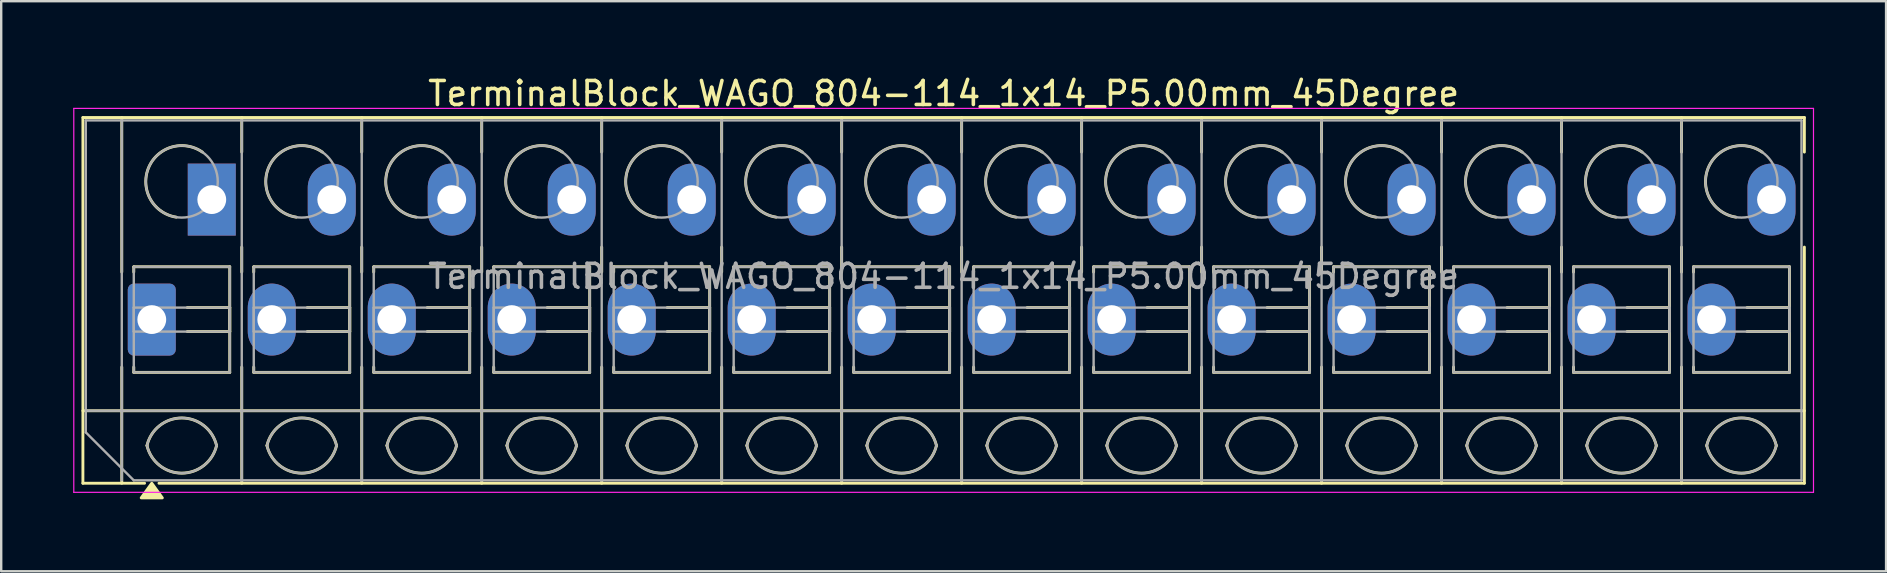
<source format=kicad_pcb>
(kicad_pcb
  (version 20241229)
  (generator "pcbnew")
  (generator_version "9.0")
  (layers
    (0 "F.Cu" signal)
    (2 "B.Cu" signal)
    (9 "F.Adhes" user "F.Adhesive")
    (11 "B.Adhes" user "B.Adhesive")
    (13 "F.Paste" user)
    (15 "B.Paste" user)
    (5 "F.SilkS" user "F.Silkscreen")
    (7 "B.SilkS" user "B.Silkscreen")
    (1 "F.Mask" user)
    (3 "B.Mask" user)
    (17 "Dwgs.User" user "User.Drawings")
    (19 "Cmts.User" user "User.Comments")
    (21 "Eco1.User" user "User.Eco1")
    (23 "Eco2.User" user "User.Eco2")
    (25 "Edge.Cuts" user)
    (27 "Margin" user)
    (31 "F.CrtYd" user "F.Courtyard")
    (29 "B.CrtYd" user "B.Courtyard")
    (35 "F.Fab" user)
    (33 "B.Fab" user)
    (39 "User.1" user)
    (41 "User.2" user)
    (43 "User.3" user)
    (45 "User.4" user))
  (footprint "TerminalBlock_WAGO_804-114_1x14_P5.00mm_45Degree"
    (layer "F.Cu")
    (at 3.275 10.268)
    (property "Reference" "TerminalBlock_WAGO_804-114_1x14_P5.00mm_45Degree" (at 33 -9.42 0) (layer "F.SilkS") (effects (font (size 1 1) (thickness 0.15))))
    (attr through_hole)
    (fp_line (start -2.87 -8.42) (end 68.87 -8.42) (stroke (width 0.12) (type solid)) (layer "F.SilkS"))
    (fp_line (start -2.87 3.8) (end 68.87 3.8) (stroke (width 0.12) (type solid)) (layer "F.SilkS"))
    (fp_line (start -2.87 6.82) (end -2.87 -8.42) (stroke (width 0.12) (type solid)) (layer "F.SilkS"))
    (fp_line (start -1.25 -8.42) (end -1.25 -1.98) (stroke (width 0.12) (type solid)) (layer "F.SilkS"))
    (fp_line (start -1.25 1.98) (end -1.25 6.82) (stroke (width 0.12) (type solid)) (layer "F.SilkS"))
    (fp_line (start -0.75 -2.2) (end 3.25 -2.2) (stroke (width 0.12) (type solid)) (layer "F.SilkS"))
    (fp_line (start -0.75 -1.98) (end -0.75 -2.2) (stroke (width 0.12) (type solid)) (layer "F.SilkS"))
    (fp_line (start -0.75 2.2) (end -0.75 1.98) (stroke (width 0.12) (type solid)) (layer "F.SilkS"))
    (fp_line (start -0.3 6.82) (end -2.87 6.82) (stroke (width 0.12) (type solid)) (layer "F.SilkS"))
    (fp_line (start 1.48 -0.5) (end 3.25 -0.5) (stroke (width 0.12) (type solid)) (layer "F.SilkS"))
    (fp_line (start 3.25 -2.2) (end 3.25 2.2) (stroke (width 0.12) (type solid)) (layer "F.SilkS"))
    (fp_line (start 3.25 -0.5) (end 3.25 0.5) (stroke (width 0.12) (type solid)) (layer "F.SilkS"))
    (fp_line (start 3.25 0.5) (end 1.48 0.5) (stroke (width 0.12) (type solid)) (layer "F.SilkS"))
    (fp_line (start 3.25 2.2) (end -0.75 2.2) (stroke (width 0.12) (type solid)) (layer "F.SilkS"))
    (fp_line (start 3.75 -8.42) (end 3.75 -6.98) (stroke (width 0.12) (type solid)) (layer "F.SilkS"))
    (fp_line (start 3.75 -3.02) (end 3.75 -1.98) (stroke (width 0.12) (type solid)) (layer "F.SilkS"))
    (fp_line (start 3.75 1.98) (end 3.75 6.82) (stroke (width 0.12) (type solid)) (layer "F.SilkS"))
    (fp_line (start 4.25 -2.2) (end 8.25 -2.2) (stroke (width 0.12) (type solid)) (layer "F.SilkS"))
    (fp_line (start 4.25 -1.98) (end 4.25 -2.2) (stroke (width 0.12) (type solid)) (layer "F.SilkS"))
    (fp_line (start 4.25 2.2) (end 4.25 1.98) (stroke (width 0.12) (type solid)) (layer "F.SilkS"))
    (fp_line (start 6.48 -0.5) (end 8.25 -0.5) (stroke (width 0.12) (type solid)) (layer "F.SilkS"))
    (fp_line (start 8.25 -2.2) (end 8.25 2.2) (stroke (width 0.12) (type solid)) (layer "F.SilkS"))
    (fp_line (start 8.25 -0.5) (end 8.25 0.5) (stroke (width 0.12) (type solid)) (layer "F.SilkS"))
    (fp_line (start 8.25 0.5) (end 6.48 0.5) (stroke (width 0.12) (type solid)) (layer "F.SilkS"))
    (fp_line (start 8.25 2.2) (end 4.25 2.2) (stroke (width 0.12) (type solid)) (layer "F.SilkS"))
    (fp_line (start 8.75 -8.42) (end 8.75 -6.98) (stroke (width 0.12) (type solid)) (layer "F.SilkS"))
    (fp_line (start 8.75 -3.02) (end 8.75 -1.98) (stroke (width 0.12) (type solid)) (layer "F.SilkS"))
    (fp_line (start 8.75 1.98) (end 8.75 6.82) (stroke (width 0.12) (type solid)) (layer "F.SilkS"))
    (fp_line (start 9.25 -2.2) (end 13.25 -2.2) (stroke (width 0.12) (type solid)) (layer "F.SilkS"))
    (fp_line (start 9.25 -1.98) (end 9.25 -2.2) (stroke (width 0.12) (type solid)) (layer "F.SilkS"))
    (fp_line (start 9.25 2.2) (end 9.25 1.98) (stroke (width 0.12) (type solid)) (layer "F.SilkS"))
    (fp_line (start 11.48 -0.5) (end 13.25 -0.5) (stroke (width 0.12) (type solid)) (layer "F.SilkS"))
    (fp_line (start 13.25 -2.2) (end 13.25 2.2) (stroke (width 0.12) (type solid)) (layer "F.SilkS"))
    (fp_line (start 13.25 -0.5) (end 13.25 0.5) (stroke (width 0.12) (type solid)) (layer "F.SilkS"))
    (fp_line (start 13.25 0.5) (end 11.48 0.5) (stroke (width 0.12) (type solid)) (layer "F.SilkS"))
    (fp_line (start 13.25 2.2) (end 9.25 2.2) (stroke (width 0.12) (type solid)) (layer "F.SilkS"))
    (fp_line (start 13.75 -8.42) (end 13.75 -6.98) (stroke (width 0.12) (type solid)) (layer "F.SilkS"))
    (fp_line (start 13.75 -3.02) (end 13.75 -1.98) (stroke (width 0.12) (type solid)) (layer "F.SilkS"))
    (fp_line (start 13.75 1.98) (end 13.75 6.82) (stroke (width 0.12) (type solid)) (layer "F.SilkS"))
    (fp_line (start 14.25 -2.2) (end 18.25 -2.2) (stroke (width 0.12) (type solid)) (layer "F.SilkS"))
    (fp_line (start 14.25 -1.98) (end 14.25 -2.2) (stroke (width 0.12) (type solid)) (layer "F.SilkS"))
    (fp_line (start 14.25 2.2) (end 14.25 1.98) (stroke (width 0.12) (type solid)) (layer "F.SilkS"))
    (fp_line (start 16.48 -0.5) (end 18.25 -0.5) (stroke (width 0.12) (type solid)) (layer "F.SilkS"))
    (fp_line (start 18.25 -2.2) (end 18.25 2.2) (stroke (width 0.12) (type solid)) (layer "F.SilkS"))
    (fp_line (start 18.25 -0.5) (end 18.25 0.5) (stroke (width 0.12) (type solid)) (layer "F.SilkS"))
    (fp_line (start 18.25 0.5) (end 16.48 0.5) (stroke (width 0.12) (type solid)) (layer "F.SilkS"))
    (fp_line (start 18.25 2.2) (end 14.25 2.2) (stroke (width 0.12) (type solid)) (layer "F.SilkS"))
    (fp_line (start 18.75 -8.42) (end 18.75 -6.98) (stroke (width 0.12) (type solid)) (layer "F.SilkS"))
    (fp_line (start 18.75 -3.02) (end 18.75 -1.98) (stroke (width 0.12) (type solid)) (layer "F.SilkS"))
    (fp_line (start 18.75 1.98) (end 18.75 6.82) (stroke (width 0.12) (type solid)) (layer "F.SilkS"))
    (fp_line (start 19.25 -2.2) (end 23.25 -2.2) (stroke (width 0.12) (type solid)) (layer "F.SilkS"))
    (fp_line (start 19.25 -1.98) (end 19.25 -2.2) (stroke (width 0.12) (type solid)) (layer "F.SilkS"))
    (fp_line (start 19.25 2.2) (end 19.25 1.98) (stroke (width 0.12) (type solid)) (layer "F.SilkS"))
    (fp_line (start 21.48 -0.5) (end 23.25 -0.5) (stroke (width 0.12) (type solid)) (layer "F.SilkS"))
    (fp_line (start 23.25 -2.2) (end 23.25 2.2) (stroke (width 0.12) (type solid)) (layer "F.SilkS"))
    (fp_line (start 23.25 -0.5) (end 23.25 0.5) (stroke (width 0.12) (type solid)) (layer "F.SilkS"))
    (fp_line (start 23.25 0.5) (end 21.48 0.5) (stroke (width 0.12) (type solid)) (layer "F.SilkS"))
    (fp_line (start 23.25 2.2) (end 19.25 2.2) (stroke (width 0.12) (type solid)) (layer "F.SilkS"))
    (fp_line (start 23.75 -8.42) (end 23.75 -6.98) (stroke (width 0.12) (type solid)) (layer "F.SilkS"))
    (fp_line (start 23.75 -3.02) (end 23.75 -1.98) (stroke (width 0.12) (type solid)) (layer "F.SilkS"))
    (fp_line (start 23.75 1.98) (end 23.75 6.82) (stroke (width 0.12) (type solid)) (layer "F.SilkS"))
    (fp_line (start 24.25 -2.2) (end 28.25 -2.2) (stroke (width 0.12) (type solid)) (layer "F.SilkS"))
    (fp_line (start 24.25 -1.98) (end 24.25 -2.2) (stroke (width 0.12) (type solid)) (layer "F.SilkS"))
    (fp_line (start 24.25 2.2) (end 24.25 1.98) (stroke (width 0.12) (type solid)) (layer "F.SilkS"))
    (fp_line (start 26.48 -0.5) (end 28.25 -0.5) (stroke (width 0.12) (type solid)) (layer "F.SilkS"))
    (fp_line (start 28.25 -2.2) (end 28.25 2.2) (stroke (width 0.12) (type solid)) (layer "F.SilkS"))
    (fp_line (start 28.25 -0.5) (end 28.25 0.5) (stroke (width 0.12) (type solid)) (layer "F.SilkS"))
    (fp_line (start 28.25 0.5) (end 26.48 0.5) (stroke (width 0.12) (type solid)) (layer "F.SilkS"))
    (fp_line (start 28.25 2.2) (end 24.25 2.2) (stroke (width 0.12) (type solid)) (layer "F.SilkS"))
    (fp_line (start 28.75 -8.42) (end 28.75 -6.98) (stroke (width 0.12) (type solid)) (layer "F.SilkS"))
    (fp_line (start 28.75 -3.02) (end 28.75 -1.98) (stroke (width 0.12) (type solid)) (layer "F.SilkS"))
    (fp_line (start 28.75 1.98) (end 28.75 6.82) (stroke (width 0.12) (type solid)) (layer "F.SilkS"))
    (fp_line (start 29.25 -2.2) (end 33.25 -2.2) (stroke (width 0.12) (type solid)) (layer "F.SilkS"))
    (fp_line (start 29.25 -1.98) (end 29.25 -2.2) (stroke (width 0.12) (type solid)) (layer "F.SilkS"))
    (fp_line (start 29.25 2.2) (end 29.25 1.98) (stroke (width 0.12) (type solid)) (layer "F.SilkS"))
    (fp_line (start 31.48 -0.5) (end 33.25 -0.5) (stroke (width 0.12) (type solid)) (layer "F.SilkS"))
    (fp_line (start 33.25 -2.2) (end 33.25 2.2) (stroke (width 0.12) (type solid)) (layer "F.SilkS"))
    (fp_line (start 33.25 -0.5) (end 33.25 0.5) (stroke (width 0.12) (type solid)) (layer "F.SilkS"))
    (fp_line (start 33.25 0.5) (end 31.48 0.5) (stroke (width 0.12) (type solid)) (layer "F.SilkS"))
    (fp_line (start 33.25 2.2) (end 29.25 2.2) (stroke (width 0.12) (type solid)) (layer "F.SilkS"))
    (fp_line (start 33.75 -8.42) (end 33.75 -6.98) (stroke (width 0.12) (type solid)) (layer "F.SilkS"))
    (fp_line (start 33.75 -3.02) (end 33.75 -1.98) (stroke (width 0.12) (type solid)) (layer "F.SilkS"))
    (fp_line (start 33.75 1.98) (end 33.75 6.82) (stroke (width 0.12) (type solid)) (layer "F.SilkS"))
    (fp_line (start 34.25 -2.2) (end 38.25 -2.2) (stroke (width 0.12) (type solid)) (layer "F.SilkS"))
    (fp_line (start 34.25 -1.98) (end 34.25 -2.2) (stroke (width 0.12) (type solid)) (layer "F.SilkS"))
    (fp_line (start 34.25 2.2) (end 34.25 1.98) (stroke (width 0.12) (type solid)) (layer "F.SilkS"))
    (fp_line (start 36.48 -0.5) (end 38.25 -0.5) (stroke (width 0.12) (type solid)) (layer "F.SilkS"))
    (fp_line (start 38.25 -2.2) (end 38.25 2.2) (stroke (width 0.12) (type solid)) (layer "F.SilkS"))
    (fp_line (start 38.25 -0.5) (end 38.25 0.5) (stroke (width 0.12) (type solid)) (layer "F.SilkS"))
    (fp_line (start 38.25 0.5) (end 36.48 0.5) (stroke (width 0.12) (type solid)) (layer "F.SilkS"))
    (fp_line (start 38.25 2.2) (end 34.25 2.2) (stroke (width 0.12) (type solid)) (layer "F.SilkS"))
    (fp_line (start 38.75 -8.42) (end 38.75 -6.98) (stroke (width 0.12) (type solid)) (layer "F.SilkS"))
    (fp_line (start 38.75 -3.02) (end 38.75 -1.98) (stroke (width 0.12) (type solid)) (layer "F.SilkS"))
    (fp_line (start 38.75 1.98) (end 38.75 6.82) (stroke (width 0.12) (type solid)) (layer "F.SilkS"))
    (fp_line (start 39.25 -2.2) (end 43.25 -2.2) (stroke (width 0.12) (type solid)) (layer "F.SilkS"))
    (fp_line (start 39.25 -1.98) (end 39.25 -2.2) (stroke (width 0.12) (type solid)) (layer "F.SilkS"))
    (fp_line (start 39.25 2.2) (end 39.25 1.98) (stroke (width 0.12) (type solid)) (layer "F.SilkS"))
    (fp_line (start 41.48 -0.5) (end 43.25 -0.5) (stroke (width 0.12) (type solid)) (layer "F.SilkS"))
    (fp_line (start 43.25 -2.2) (end 43.25 2.2) (stroke (width 0.12) (type solid)) (layer "F.SilkS"))
    (fp_line (start 43.25 -0.5) (end 43.25 0.5) (stroke (width 0.12) (type solid)) (layer "F.SilkS"))
    (fp_line (start 43.25 0.5) (end 41.48 0.5) (stroke (width 0.12) (type solid)) (layer "F.SilkS"))
    (fp_line (start 43.25 2.2) (end 39.25 2.2) (stroke (width 0.12) (type solid)) (layer "F.SilkS"))
    (fp_line (start 43.75 -8.42) (end 43.75 -6.98) (stroke (width 0.12) (type solid)) (layer "F.SilkS"))
    (fp_line (start 43.75 -3.02) (end 43.75 -1.98) (stroke (width 0.12) (type solid)) (layer "F.SilkS"))
    (fp_line (start 43.75 1.98) (end 43.75 6.82) (stroke (width 0.12) (type solid)) (layer "F.SilkS"))
    (fp_line (start 44.25 -2.2) (end 48.25 -2.2) (stroke (width 0.12) (type solid)) (layer "F.SilkS"))
    (fp_line (start 44.25 -1.98) (end 44.25 -2.2) (stroke (width 0.12) (type solid)) (layer "F.SilkS"))
    (fp_line (start 44.25 2.2) (end 44.25 1.98) (stroke (width 0.12) (type solid)) (layer "F.SilkS"))
    (fp_line (start 46.48 -0.5) (end 48.25 -0.5) (stroke (width 0.12) (type solid)) (layer "F.SilkS"))
    (fp_line (start 48.25 -2.2) (end 48.25 2.2) (stroke (width 0.12) (type solid)) (layer "F.SilkS"))
    (fp_line (start 48.25 -0.5) (end 48.25 0.5) (stroke (width 0.12) (type solid)) (layer "F.SilkS"))
    (fp_line (start 48.25 0.5) (end 46.48 0.5) (stroke (width 0.12) (type solid)) (layer "F.SilkS"))
    (fp_line (start 48.25 2.2) (end 44.25 2.2) (stroke (width 0.12) (type solid)) (layer "F.SilkS"))
    (fp_line (start 48.75 -8.42) (end 48.75 -6.98) (stroke (width 0.12) (type solid)) (layer "F.SilkS"))
    (fp_line (start 48.75 -3.02) (end 48.75 -1.98) (stroke (width 0.12) (type solid)) (layer "F.SilkS"))
    (fp_line (start 48.75 1.98) (end 48.75 6.82) (stroke (width 0.12) (type solid)) (layer "F.SilkS"))
    (fp_line (start 49.25 -2.2) (end 53.25 -2.2) (stroke (width 0.12) (type solid)) (layer "F.SilkS"))
    (fp_line (start 49.25 -1.98) (end 49.25 -2.2) (stroke (width 0.12) (type solid)) (layer "F.SilkS"))
    (fp_line (start 49.25 2.2) (end 49.25 1.98) (stroke (width 0.12) (type solid)) (layer "F.SilkS"))
    (fp_line (start 51.48 -0.5) (end 53.25 -0.5) (stroke (width 0.12) (type solid)) (layer "F.SilkS"))
    (fp_line (start 53.25 -2.2) (end 53.25 2.2) (stroke (width 0.12) (type solid)) (layer "F.SilkS"))
    (fp_line (start 53.25 -0.5) (end 53.25 0.5) (stroke (width 0.12) (type solid)) (layer "F.SilkS"))
    (fp_line (start 53.25 0.5) (end 51.48 0.5) (stroke (width 0.12) (type solid)) (layer "F.SilkS"))
    (fp_line (start 53.25 2.2) (end 49.25 2.2) (stroke (width 0.12) (type solid)) (layer "F.SilkS"))
    (fp_line (start 53.75 -8.42) (end 53.75 -6.98) (stroke (width 0.12) (type solid)) (layer "F.SilkS"))
    (fp_line (start 53.75 -3.02) (end 53.75 -1.98) (stroke (width 0.12) (type solid)) (layer "F.SilkS"))
    (fp_line (start 53.75 1.98) (end 53.75 6.82) (stroke (width 0.12) (type solid)) (layer "F.SilkS"))
    (fp_line (start 54.25 -2.2) (end 58.25 -2.2) (stroke (width 0.12) (type solid)) (layer "F.SilkS"))
    (fp_line (start 54.25 -1.98) (end 54.25 -2.2) (stroke (width 0.12) (type solid)) (layer "F.SilkS"))
    (fp_line (start 54.25 2.2) (end 54.25 1.98) (stroke (width 0.12) (type solid)) (layer "F.SilkS"))
    (fp_line (start 56.48 -0.5) (end 58.25 -0.5) (stroke (width 0.12) (type solid)) (layer "F.SilkS"))
    (fp_line (start 58.25 -2.2) (end 58.25 2.2) (stroke (width 0.12) (type solid)) (layer "F.SilkS"))
    (fp_line (start 58.25 -0.5) (end 58.25 0.5) (stroke (width 0.12) (type solid)) (layer "F.SilkS"))
    (fp_line (start 58.25 0.5) (end 56.48 0.5) (stroke (width 0.12) (type solid)) (layer "F.SilkS"))
    (fp_line (start 58.25 2.2) (end 54.25 2.2) (stroke (width 0.12) (type solid)) (layer "F.SilkS"))
    (fp_line (start 58.75 -8.42) (end 58.75 -6.98) (stroke (width 0.12) (type solid)) (layer "F.SilkS"))
    (fp_line (start 58.75 -3.02) (end 58.75 -1.98) (stroke (width 0.12) (type solid)) (layer "F.SilkS"))
    (fp_line (start 58.75 1.98) (end 58.75 6.82) (stroke (width 0.12) (type solid)) (layer "F.SilkS"))
    (fp_line (start 59.25 -2.2) (end 63.25 -2.2) (stroke (width 0.12) (type solid)) (layer "F.SilkS"))
    (fp_line (start 59.25 -1.98) (end 59.25 -2.2) (stroke (width 0.12) (type solid)) (layer "F.SilkS"))
    (fp_line (start 59.25 2.2) (end 59.25 1.98) (stroke (width 0.12) (type solid)) (layer "F.SilkS"))
    (fp_line (start 61.48 -0.5) (end 63.25 -0.5) (stroke (width 0.12) (type solid)) (layer "F.SilkS"))
    (fp_line (start 63.25 -2.2) (end 63.25 2.2) (stroke (width 0.12) (type solid)) (layer "F.SilkS"))
    (fp_line (start 63.25 -0.5) (end 63.25 0.5) (stroke (width 0.12) (type solid)) (layer "F.SilkS"))
    (fp_line (start 63.25 0.5) (end 61.48 0.5) (stroke (width 0.12) (type solid)) (layer "F.SilkS"))
    (fp_line (start 63.25 2.2) (end 59.25 2.2) (stroke (width 0.12) (type solid)) (layer "F.SilkS"))
    (fp_line (start 63.75 -8.42) (end 63.75 -6.98) (stroke (width 0.12) (type solid)) (layer "F.SilkS"))
    (fp_line (start 63.75 -3.02) (end 63.75 -1.98) (stroke (width 0.12) (type solid)) (layer "F.SilkS"))
    (fp_line (start 63.75 1.98) (end 63.75 6.82) (stroke (width 0.12) (type solid)) (layer "F.SilkS"))
    (fp_line (start 64.25 -2.2) (end 68.25 -2.2) (stroke (width 0.12) (type solid)) (layer "F.SilkS"))
    (fp_line (start 64.25 -1.98) (end 64.25 -2.2) (stroke (width 0.12) (type solid)) (layer "F.SilkS"))
    (fp_line (start 64.25 2.2) (end 64.25 1.98) (stroke (width 0.12) (type solid)) (layer "F.SilkS"))
    (fp_line (start 66.48 -0.5) (end 68.25 -0.5) (stroke (width 0.12) (type solid)) (layer "F.SilkS"))
    (fp_line (start 68.25 -2.2) (end 68.25 2.2) (stroke (width 0.12) (type solid)) (layer "F.SilkS"))
    (fp_line (start 68.25 -0.5) (end 68.25 0.5) (stroke (width 0.12) (type solid)) (layer "F.SilkS"))
    (fp_line (start 68.25 0.5) (end 66.48 0.5) (stroke (width 0.12) (type solid)) (layer "F.SilkS"))
    (fp_line (start 68.25 2.2) (end 64.25 2.2) (stroke (width 0.12) (type solid)) (layer "F.SilkS"))
    (fp_line (start 68.87 -8.42) (end 68.87 -6.98) (stroke (width 0.12) (type solid)) (layer "F.SilkS"))
    (fp_line (start 68.87 -3.02) (end 68.87 6.82) (stroke (width 0.12) (type solid)) (layer "F.SilkS"))
    (fp_line (start 68.87 6.82) (end 0.3 6.82) (stroke (width 0.12) (type solid)) (layer "F.SilkS"))
    (fp_arc (start -0.2 5.25) (mid 1.25 4.1) (end 2.7 5.25) (stroke (width 0.12) (type solid)) (layer "F.SilkS"))
    (fp_arc (start 1.02 -4.268) (mid -0.141916 -6.309209) (end 2.109 -6.98) (stroke (width 0.12) (type solid)) (layer "F.SilkS"))
    (fp_arc (start 2.7 5.25) (mid 1.25 6.4) (end -0.2 5.25) (stroke (width 0.12) (type solid)) (layer "F.SilkS"))
    (fp_arc (start 4.8 5.25) (mid 6.25 4.1) (end 7.7 5.25) (stroke (width 0.12) (type solid)) (layer "F.SilkS"))
    (fp_arc (start 6.02 -4.268) (mid 4.858084 -6.309209) (end 7.109 -6.98) (stroke (width 0.12) (type solid)) (layer "F.SilkS"))
    (fp_arc (start 7.7 5.25) (mid 6.25 6.4) (end 4.8 5.25) (stroke (width 0.12) (type solid)) (layer "F.SilkS"))
    (fp_arc (start 9.8 5.25) (mid 11.25 4.1) (end 12.7 5.25) (stroke (width 0.12) (type solid)) (layer "F.SilkS"))
    (fp_arc (start 11.02 -4.268) (mid 9.858084 -6.309209) (end 12.109 -6.98) (stroke (width 0.12) (type solid)) (layer "F.SilkS"))
    (fp_arc (start 12.7 5.25) (mid 11.25 6.4) (end 9.8 5.25) (stroke (width 0.12) (type solid)) (layer "F.SilkS"))
    (fp_arc (start 14.8 5.25) (mid 16.25 4.1) (end 17.7 5.25) (stroke (width 0.12) (type solid)) (layer "F.SilkS"))
    (fp_arc (start 16.02 -4.268) (mid 14.858084 -6.309209) (end 17.109 -6.98) (stroke (width 0.12) (type solid)) (layer "F.SilkS"))
    (fp_arc (start 17.7 5.25) (mid 16.25 6.4) (end 14.8 5.25) (stroke (width 0.12) (type solid)) (layer "F.SilkS"))
    (fp_arc (start 19.8 5.25) (mid 21.25 4.1) (end 22.7 5.25) (stroke (width 0.12) (type solid)) (layer "F.SilkS"))
    (fp_arc (start 21.02 -4.268) (mid 19.858084 -6.309209) (end 22.109 -6.98) (stroke (width 0.12) (type solid)) (layer "F.SilkS"))
    (fp_arc (start 22.7 5.25) (mid 21.25 6.4) (end 19.8 5.25) (stroke (width 0.12) (type solid)) (layer "F.SilkS"))
    (fp_arc (start 24.8 5.25) (mid 26.25 4.1) (end 27.7 5.25) (stroke (width 0.12) (type solid)) (layer "F.SilkS"))
    (fp_arc (start 26.02 -4.268) (mid 24.858084 -6.309209) (end 27.109 -6.98) (stroke (width 0.12) (type solid)) (layer "F.SilkS"))
    (fp_arc (start 27.7 5.25) (mid 26.25 6.4) (end 24.8 5.25) (stroke (width 0.12) (type solid)) (layer "F.SilkS"))
    (fp_arc (start 29.8 5.25) (mid 31.25 4.1) (end 32.7 5.25) (stroke (width 0.12) (type solid)) (layer "F.SilkS"))
    (fp_arc (start 31.02 -4.268) (mid 29.858084 -6.309209) (end 32.109 -6.98) (stroke (width 0.12) (type solid)) (layer "F.SilkS"))
    (fp_arc (start 32.7 5.25) (mid 31.25 6.4) (end 29.8 5.25) (stroke (width 0.12) (type solid)) (layer "F.SilkS"))
    (fp_arc (start 34.8 5.25) (mid 36.25 4.1) (end 37.7 5.25) (stroke (width 0.12) (type solid)) (layer "F.SilkS"))
    (fp_arc (start 36.02 -4.268) (mid 34.858084 -6.309209) (end 37.109 -6.98) (stroke (width 0.12) (type solid)) (layer "F.SilkS"))
    (fp_arc (start 37.7 5.25) (mid 36.25 6.4) (end 34.8 5.25) (stroke (width 0.12) (type solid)) (layer "F.SilkS"))
    (fp_arc (start 39.8 5.25) (mid 41.25 4.1) (end 42.7 5.25) (stroke (width 0.12) (type solid)) (layer "F.SilkS"))
    (fp_arc (start 41.02 -4.268) (mid 39.858084 -6.309209) (end 42.109 -6.98) (stroke (width 0.12) (type solid)) (layer "F.SilkS"))
    (fp_arc (start 42.7 5.25) (mid 41.25 6.4) (end 39.8 5.25) (stroke (width 0.12) (type solid)) (layer "F.SilkS"))
    (fp_arc (start 44.8 5.25) (mid 46.25 4.1) (end 47.7 5.25) (stroke (width 0.12) (type solid)) (layer "F.SilkS"))
    (fp_arc (start 46.02 -4.268) (mid 44.858084 -6.309209) (end 47.109 -6.98) (stroke (width 0.12) (type solid)) (layer "F.SilkS"))
    (fp_arc (start 47.7 5.25) (mid 46.25 6.4) (end 44.8 5.25) (stroke (width 0.12) (type solid)) (layer "F.SilkS"))
    (fp_arc (start 49.8 5.25) (mid 51.25 4.1) (end 52.7 5.25) (stroke (width 0.12) (type solid)) (layer "F.SilkS"))
    (fp_arc (start 51.02 -4.268) (mid 49.858084 -6.309209) (end 52.109 -6.98) (stroke (width 0.12) (type solid)) (layer "F.SilkS"))
    (fp_arc (start 52.7 5.25) (mid 51.25 6.4) (end 49.8 5.25) (stroke (width 0.12) (type solid)) (layer "F.SilkS"))
    (fp_arc (start 54.8 5.25) (mid 56.25 4.1) (end 57.7 5.25) (stroke (width 0.12) (type solid)) (layer "F.SilkS"))
    (fp_arc (start 56.02 -4.268) (mid 54.858084 -6.309209) (end 57.109 -6.98) (stroke (width 0.12) (type solid)) (layer "F.SilkS"))
    (fp_arc (start 57.7 5.25) (mid 56.25 6.4) (end 54.8 5.25) (stroke (width 0.12) (type solid)) (layer "F.SilkS"))
    (fp_arc (start 59.8 5.25) (mid 61.25 4.1) (end 62.7 5.25) (stroke (width 0.12) (type solid)) (layer "F.SilkS"))
    (fp_arc (start 61.02 -4.268) (mid 59.858084 -6.309209) (end 62.109 -6.98) (stroke (width 0.12) (type solid)) (layer "F.SilkS"))
    (fp_arc (start 62.7 5.25) (mid 61.25 6.4) (end 59.8 5.25) (stroke (width 0.12) (type solid)) (layer "F.SilkS"))
    (fp_arc (start 64.8 5.25) (mid 66.25 4.1) (end 67.7 5.25) (stroke (width 0.12) (type solid)) (layer "F.SilkS"))
    (fp_arc (start 66.02 -4.268) (mid 64.858084 -6.309209) (end 67.109 -6.98) (stroke (width 0.12) (type solid)) (layer "F.SilkS"))
    (fp_arc (start 67.7 5.25) (mid 66.25 6.4) (end 64.8 5.25) (stroke (width 0.12) (type solid)) (layer "F.SilkS"))
    (fp_poly (pts (xy 0 6.82) (xy 0.44 7.43) (xy -0.44 7.43)) (stroke (width 0.12) (type solid)) (fill yes) (layer "F.SilkS"))
    (fp_line (start -3.25 -8.8) (end -3.25 7.2) (stroke (width 0.05) (type solid)) (layer "F.CrtYd"))
    (fp_line (start -3.25 7.2) (end 69.25 7.2) (stroke (width 0.05) (type solid)) (layer "F.CrtYd"))
    (fp_line (start 69.25 -8.8) (end -3.25 -8.8) (stroke (width 0.05) (type solid)) (layer "F.CrtYd"))
    (fp_line (start 69.25 7.2) (end 69.25 -8.8) (stroke (width 0.05) (type solid)) (layer "F.CrtYd"))
    (fp_line (start -2.75 -8.3) (end 68.75 -8.3) (stroke (width 0.1) (type solid)) (layer "F.Fab"))
    (fp_line (start -2.75 3.8) (end 68.75 3.8) (stroke (width 0.1) (type solid)) (layer "F.Fab"))
    (fp_line (start -2.75 4.7) (end -2.75 -8.3) (stroke (width 0.1) (type solid)) (layer "F.Fab"))
    (fp_line (start -1.25 -8.3) (end -1.25 6.7) (stroke (width 0.1) (type solid)) (layer "F.Fab"))
    (fp_line (start -0.75 -2.2) (end -0.75 2.2) (stroke (width 0.1) (type solid)) (layer "F.Fab"))
    (fp_line (start -0.75 -0.5) (end -0.75 0.5) (stroke (width 0.1) (type solid)) (layer "F.Fab"))
    (fp_line (start -0.75 0.5) (end 3.25 0.5) (stroke (width 0.1) (type solid)) (layer "F.Fab"))
    (fp_line (start -0.75 2.2) (end 3.25 2.2) (stroke (width 0.1) (type solid)) (layer "F.Fab"))
    (fp_line (start -0.75 6.7) (end -2.75 4.7) (stroke (width 0.1) (type solid)) (layer "F.Fab"))
    (fp_line (start 3.25 -2.2) (end -0.75 -2.2) (stroke (width 0.1) (type solid)) (layer "F.Fab"))
    (fp_line (start 3.25 -0.5) (end -0.75 -0.5) (stroke (width 0.1) (type solid)) (layer "F.Fab"))
    (fp_line (start 3.25 0.5) (end 3.25 -0.5) (stroke (width 0.1) (type solid)) (layer "F.Fab"))
    (fp_line (start 3.25 2.2) (end 3.25 -2.2) (stroke (width 0.1) (type solid)) (layer "F.Fab"))
    (fp_line (start 3.75 -8.3) (end 3.75 6.7) (stroke (width 0.1) (type solid)) (layer "F.Fab"))
    (fp_line (start 4.25 -2.2) (end 4.25 2.2) (stroke (width 0.1) (type solid)) (layer "F.Fab"))
    (fp_line (start 4.25 -0.5) (end 4.25 0.5) (stroke (width 0.1) (type solid)) (layer "F.Fab"))
    (fp_line (start 4.25 0.5) (end 8.25 0.5) (stroke (width 0.1) (type solid)) (layer "F.Fab"))
    (fp_line (start 4.25 2.2) (end 8.25 2.2) (stroke (width 0.1) (type solid)) (layer "F.Fab"))
    (fp_line (start 8.25 -2.2) (end 4.25 -2.2) (stroke (width 0.1) (type solid)) (layer "F.Fab"))
    (fp_line (start 8.25 -0.5) (end 4.25 -0.5) (stroke (width 0.1) (type solid)) (layer "F.Fab"))
    (fp_line (start 8.25 0.5) (end 8.25 -0.5) (stroke (width 0.1) (type solid)) (layer "F.Fab"))
    (fp_line (start 8.25 2.2) (end 8.25 -2.2) (stroke (width 0.1) (type solid)) (layer "F.Fab"))
    (fp_line (start 8.75 -8.3) (end 8.75 6.7) (stroke (width 0.1) (type solid)) (layer "F.Fab"))
    (fp_line (start 9.25 -2.2) (end 9.25 2.2) (stroke (width 0.1) (type solid)) (layer "F.Fab"))
    (fp_line (start 9.25 -0.5) (end 9.25 0.5) (stroke (width 0.1) (type solid)) (layer "F.Fab"))
    (fp_line (start 9.25 0.5) (end 13.25 0.5) (stroke (width 0.1) (type solid)) (layer "F.Fab"))
    (fp_line (start 9.25 2.2) (end 13.25 2.2) (stroke (width 0.1) (type solid)) (layer "F.Fab"))
    (fp_line (start 13.25 -2.2) (end 9.25 -2.2) (stroke (width 0.1) (type solid)) (layer "F.Fab"))
    (fp_line (start 13.25 -0.5) (end 9.25 -0.5) (stroke (width 0.1) (type solid)) (layer "F.Fab"))
    (fp_line (start 13.25 0.5) (end 13.25 -0.5) (stroke (width 0.1) (type solid)) (layer "F.Fab"))
    (fp_line (start 13.25 2.2) (end 13.25 -2.2) (stroke (width 0.1) (type solid)) (layer "F.Fab"))
    (fp_line (start 13.75 -8.3) (end 13.75 6.7) (stroke (width 0.1) (type solid)) (layer "F.Fab"))
    (fp_line (start 14.25 -2.2) (end 14.25 2.2) (stroke (width 0.1) (type solid)) (layer "F.Fab"))
    (fp_line (start 14.25 -0.5) (end 14.25 0.5) (stroke (width 0.1) (type solid)) (layer "F.Fab"))
    (fp_line (start 14.25 0.5) (end 18.25 0.5) (stroke (width 0.1) (type solid)) (layer "F.Fab"))
    (fp_line (start 14.25 2.2) (end 18.25 2.2) (stroke (width 0.1) (type solid)) (layer "F.Fab"))
    (fp_line (start 18.25 -2.2) (end 14.25 -2.2) (stroke (width 0.1) (type solid)) (layer "F.Fab"))
    (fp_line (start 18.25 -0.5) (end 14.25 -0.5) (stroke (width 0.1) (type solid)) (layer "F.Fab"))
    (fp_line (start 18.25 0.5) (end 18.25 -0.5) (stroke (width 0.1) (type solid)) (layer "F.Fab"))
    (fp_line (start 18.25 2.2) (end 18.25 -2.2) (stroke (width 0.1) (type solid)) (layer "F.Fab"))
    (fp_line (start 18.75 -8.3) (end 18.75 6.7) (stroke (width 0.1) (type solid)) (layer "F.Fab"))
    (fp_line (start 19.25 -2.2) (end 19.25 2.2) (stroke (width 0.1) (type solid)) (layer "F.Fab"))
    (fp_line (start 19.25 -0.5) (end 19.25 0.5) (stroke (width 0.1) (type solid)) (layer "F.Fab"))
    (fp_line (start 19.25 0.5) (end 23.25 0.5) (stroke (width 0.1) (type solid)) (layer "F.Fab"))
    (fp_line (start 19.25 2.2) (end 23.25 2.2) (stroke (width 0.1) (type solid)) (layer "F.Fab"))
    (fp_line (start 23.25 -2.2) (end 19.25 -2.2) (stroke (width 0.1) (type solid)) (layer "F.Fab"))
    (fp_line (start 23.25 -0.5) (end 19.25 -0.5) (stroke (width 0.1) (type solid)) (layer "F.Fab"))
    (fp_line (start 23.25 0.5) (end 23.25 -0.5) (stroke (width 0.1) (type solid)) (layer "F.Fab"))
    (fp_line (start 23.25 2.2) (end 23.25 -2.2) (stroke (width 0.1) (type solid)) (layer "F.Fab"))
    (fp_line (start 23.75 -8.3) (end 23.75 6.7) (stroke (width 0.1) (type solid)) (layer "F.Fab"))
    (fp_line (start 24.25 -2.2) (end 24.25 2.2) (stroke (width 0.1) (type solid)) (layer "F.Fab"))
    (fp_line (start 24.25 -0.5) (end 24.25 0.5) (stroke (width 0.1) (type solid)) (layer "F.Fab"))
    (fp_line (start 24.25 0.5) (end 28.25 0.5) (stroke (width 0.1) (type solid)) (layer "F.Fab"))
    (fp_line (start 24.25 2.2) (end 28.25 2.2) (stroke (width 0.1) (type solid)) (layer "F.Fab"))
    (fp_line (start 28.25 -2.2) (end 24.25 -2.2) (stroke (width 0.1) (type solid)) (layer "F.Fab"))
    (fp_line (start 28.25 -0.5) (end 24.25 -0.5) (stroke (width 0.1) (type solid)) (layer "F.Fab"))
    (fp_line (start 28.25 0.5) (end 28.25 -0.5) (stroke (width 0.1) (type solid)) (layer "F.Fab"))
    (fp_line (start 28.25 2.2) (end 28.25 -2.2) (stroke (width 0.1) (type solid)) (layer "F.Fab"))
    (fp_line (start 28.75 -8.3) (end 28.75 6.7) (stroke (width 0.1) (type solid)) (layer "F.Fab"))
    (fp_line (start 29.25 -2.2) (end 29.25 2.2) (stroke (width 0.1) (type solid)) (layer "F.Fab"))
    (fp_line (start 29.25 -0.5) (end 29.25 0.5) (stroke (width 0.1) (type solid)) (layer "F.Fab"))
    (fp_line (start 29.25 0.5) (end 33.25 0.5) (stroke (width 0.1) (type solid)) (layer "F.Fab"))
    (fp_line (start 29.25 2.2) (end 33.25 2.2) (stroke (width 0.1) (type solid)) (layer "F.Fab"))
    (fp_line (start 33.25 -2.2) (end 29.25 -2.2) (stroke (width 0.1) (type solid)) (layer "F.Fab"))
    (fp_line (start 33.25 -0.5) (end 29.25 -0.5) (stroke (width 0.1) (type solid)) (layer "F.Fab"))
    (fp_line (start 33.25 0.5) (end 33.25 -0.5) (stroke (width 0.1) (type solid)) (layer "F.Fab"))
    (fp_line (start 33.25 2.2) (end 33.25 -2.2) (stroke (width 0.1) (type solid)) (layer "F.Fab"))
    (fp_line (start 33.75 -8.3) (end 33.75 6.7) (stroke (width 0.1) (type solid)) (layer "F.Fab"))
    (fp_line (start 34.25 -2.2) (end 34.25 2.2) (stroke (width 0.1) (type solid)) (layer "F.Fab"))
    (fp_line (start 34.25 -0.5) (end 34.25 0.5) (stroke (width 0.1) (type solid)) (layer "F.Fab"))
    (fp_line (start 34.25 0.5) (end 38.25 0.5) (stroke (width 0.1) (type solid)) (layer "F.Fab"))
    (fp_line (start 34.25 2.2) (end 38.25 2.2) (stroke (width 0.1) (type solid)) (layer "F.Fab"))
    (fp_line (start 38.25 -2.2) (end 34.25 -2.2) (stroke (width 0.1) (type solid)) (layer "F.Fab"))
    (fp_line (start 38.25 -0.5) (end 34.25 -0.5) (stroke (width 0.1) (type solid)) (layer "F.Fab"))
    (fp_line (start 38.25 0.5) (end 38.25 -0.5) (stroke (width 0.1) (type solid)) (layer "F.Fab"))
    (fp_line (start 38.25 2.2) (end 38.25 -2.2) (stroke (width 0.1) (type solid)) (layer "F.Fab"))
    (fp_line (start 38.75 -8.3) (end 38.75 6.7) (stroke (width 0.1) (type solid)) (layer "F.Fab"))
    (fp_line (start 39.25 -2.2) (end 39.25 2.2) (stroke (width 0.1) (type solid)) (layer "F.Fab"))
    (fp_line (start 39.25 -0.5) (end 39.25 0.5) (stroke (width 0.1) (type solid)) (layer "F.Fab"))
    (fp_line (start 39.25 0.5) (end 43.25 0.5) (stroke (width 0.1) (type solid)) (layer "F.Fab"))
    (fp_line (start 39.25 2.2) (end 43.25 2.2) (stroke (width 0.1) (type solid)) (layer "F.Fab"))
    (fp_line (start 43.25 -2.2) (end 39.25 -2.2) (stroke (width 0.1) (type solid)) (layer "F.Fab"))
    (fp_line (start 43.25 -0.5) (end 39.25 -0.5) (stroke (width 0.1) (type solid)) (layer "F.Fab"))
    (fp_line (start 43.25 0.5) (end 43.25 -0.5) (stroke (width 0.1) (type solid)) (layer "F.Fab"))
    (fp_line (start 43.25 2.2) (end 43.25 -2.2) (stroke (width 0.1) (type solid)) (layer "F.Fab"))
    (fp_line (start 43.75 -8.3) (end 43.75 6.7) (stroke (width 0.1) (type solid)) (layer "F.Fab"))
    (fp_line (start 44.25 -2.2) (end 44.25 2.2) (stroke (width 0.1) (type solid)) (layer "F.Fab"))
    (fp_line (start 44.25 -0.5) (end 44.25 0.5) (stroke (width 0.1) (type solid)) (layer "F.Fab"))
    (fp_line (start 44.25 0.5) (end 48.25 0.5) (stroke (width 0.1) (type solid)) (layer "F.Fab"))
    (fp_line (start 44.25 2.2) (end 48.25 2.2) (stroke (width 0.1) (type solid)) (layer "F.Fab"))
    (fp_line (start 48.25 -2.2) (end 44.25 -2.2) (stroke (width 0.1) (type solid)) (layer "F.Fab"))
    (fp_line (start 48.25 -0.5) (end 44.25 -0.5) (stroke (width 0.1) (type solid)) (layer "F.Fab"))
    (fp_line (start 48.25 0.5) (end 48.25 -0.5) (stroke (width 0.1) (type solid)) (layer "F.Fab"))
    (fp_line (start 48.25 2.2) (end 48.25 -2.2) (stroke (width 0.1) (type solid)) (layer "F.Fab"))
    (fp_line (start 48.75 -8.3) (end 48.75 6.7) (stroke (width 0.1) (type solid)) (layer "F.Fab"))
    (fp_line (start 49.25 -2.2) (end 49.25 2.2) (stroke (width 0.1) (type solid)) (layer "F.Fab"))
    (fp_line (start 49.25 -0.5) (end 49.25 0.5) (stroke (width 0.1) (type solid)) (layer "F.Fab"))
    (fp_line (start 49.25 0.5) (end 53.25 0.5) (stroke (width 0.1) (type solid)) (layer "F.Fab"))
    (fp_line (start 49.25 2.2) (end 53.25 2.2) (stroke (width 0.1) (type solid)) (layer "F.Fab"))
    (fp_line (start 53.25 -2.2) (end 49.25 -2.2) (stroke (width 0.1) (type solid)) (layer "F.Fab"))
    (fp_line (start 53.25 -0.5) (end 49.25 -0.5) (stroke (width 0.1) (type solid)) (layer "F.Fab"))
    (fp_line (start 53.25 0.5) (end 53.25 -0.5) (stroke (width 0.1) (type solid)) (layer "F.Fab"))
    (fp_line (start 53.25 2.2) (end 53.25 -2.2) (stroke (width 0.1) (type solid)) (layer "F.Fab"))
    (fp_line (start 53.75 -8.3) (end 53.75 6.7) (stroke (width 0.1) (type solid)) (layer "F.Fab"))
    (fp_line (start 54.25 -2.2) (end 54.25 2.2) (stroke (width 0.1) (type solid)) (layer "F.Fab"))
    (fp_line (start 54.25 -0.5) (end 54.25 0.5) (stroke (width 0.1) (type solid)) (layer "F.Fab"))
    (fp_line (start 54.25 0.5) (end 58.25 0.5) (stroke (width 0.1) (type solid)) (layer "F.Fab"))
    (fp_line (start 54.25 2.2) (end 58.25 2.2) (stroke (width 0.1) (type solid)) (layer "F.Fab"))
    (fp_line (start 58.25 -2.2) (end 54.25 -2.2) (stroke (width 0.1) (type solid)) (layer "F.Fab"))
    (fp_line (start 58.25 -0.5) (end 54.25 -0.5) (stroke (width 0.1) (type solid)) (layer "F.Fab"))
    (fp_line (start 58.25 0.5) (end 58.25 -0.5) (stroke (width 0.1) (type solid)) (layer "F.Fab"))
    (fp_line (start 58.25 2.2) (end 58.25 -2.2) (stroke (width 0.1) (type solid)) (layer "F.Fab"))
    (fp_line (start 58.75 -8.3) (end 58.75 6.7) (stroke (width 0.1) (type solid)) (layer "F.Fab"))
    (fp_line (start 59.25 -2.2) (end 59.25 2.2) (stroke (width 0.1) (type solid)) (layer "F.Fab"))
    (fp_line (start 59.25 -0.5) (end 59.25 0.5) (stroke (width 0.1) (type solid)) (layer "F.Fab"))
    (fp_line (start 59.25 0.5) (end 63.25 0.5) (stroke (width 0.1) (type solid)) (layer "F.Fab"))
    (fp_line (start 59.25 2.2) (end 63.25 2.2) (stroke (width 0.1) (type solid)) (layer "F.Fab"))
    (fp_line (start 63.25 -2.2) (end 59.25 -2.2) (stroke (width 0.1) (type solid)) (layer "F.Fab"))
    (fp_line (start 63.25 -0.5) (end 59.25 -0.5) (stroke (width 0.1) (type solid)) (layer "F.Fab"))
    (fp_line (start 63.25 0.5) (end 63.25 -0.5) (stroke (width 0.1) (type solid)) (layer "F.Fab"))
    (fp_line (start 63.25 2.2) (end 63.25 -2.2) (stroke (width 0.1) (type solid)) (layer "F.Fab"))
    (fp_line (start 63.75 -8.3) (end 63.75 6.7) (stroke (width 0.1) (type solid)) (layer "F.Fab"))
    (fp_line (start 64.25 -2.2) (end 64.25 2.2) (stroke (width 0.1) (type solid)) (layer "F.Fab"))
    (fp_line (start 64.25 -0.5) (end 64.25 0.5) (stroke (width 0.1) (type solid)) (layer "F.Fab"))
    (fp_line (start 64.25 0.5) (end 68.25 0.5) (stroke (width 0.1) (type solid)) (layer "F.Fab"))
    (fp_line (start 64.25 2.2) (end 68.25 2.2) (stroke (width 0.1) (type solid)) (layer "F.Fab"))
    (fp_line (start 68.25 -2.2) (end 64.25 -2.2) (stroke (width 0.1) (type solid)) (layer "F.Fab"))
    (fp_line (start 68.25 -0.5) (end 64.25 -0.5) (stroke (width 0.1) (type solid)) (layer "F.Fab"))
    (fp_line (start 68.25 0.5) (end 68.25 -0.5) (stroke (width 0.1) (type solid)) (layer "F.Fab"))
    (fp_line (start 68.25 2.2) (end 68.25 -2.2) (stroke (width 0.1) (type solid)) (layer "F.Fab"))
    (fp_line (start 68.75 -8.3) (end 68.75 6.7) (stroke (width 0.1) (type solid)) (layer "F.Fab"))
    (fp_line (start 68.75 6.7) (end -0.75 6.7) (stroke (width 0.1) (type solid)) (layer "F.Fab"))
    (fp_arc (start -0.2 5.25) (mid 1.25 4.1) (end 2.7 5.25) (stroke (width 0.1) (type solid)) (layer "F.Fab"))
    (fp_arc (start 2.7 5.25) (mid 1.25 6.4) (end -0.2 5.25) (stroke (width 0.1) (type solid)) (layer "F.Fab"))
    (fp_arc (start 4.8 5.25) (mid 6.25 4.1) (end 7.7 5.25) (stroke (width 0.1) (type solid)) (layer "F.Fab"))
    (fp_arc (start 7.7 5.25) (mid 6.25 6.4) (end 4.8 5.25) (stroke (width 0.1) (type solid)) (layer "F.Fab"))
    (fp_arc (start 9.8 5.25) (mid 11.25 4.1) (end 12.7 5.25) (stroke (width 0.1) (type solid)) (layer "F.Fab"))
    (fp_arc (start 12.7 5.25) (mid 11.25 6.4) (end 9.8 5.25) (stroke (width 0.1) (type solid)) (layer "F.Fab"))
    (fp_arc (start 14.8 5.25) (mid 16.25 4.1) (end 17.7 5.25) (stroke (width 0.1) (type solid)) (layer "F.Fab"))
    (fp_arc (start 17.7 5.25) (mid 16.25 6.4) (end 14.8 5.25) (stroke (width 0.1) (type solid)) (layer "F.Fab"))
    (fp_arc (start 19.8 5.25) (mid 21.25 4.1) (end 22.7 5.25) (stroke (width 0.1) (type solid)) (layer "F.Fab"))
    (fp_arc (start 22.7 5.25) (mid 21.25 6.4) (end 19.8 5.25) (stroke (width 0.1) (type solid)) (layer "F.Fab"))
    (fp_arc (start 24.8 5.25) (mid 26.25 4.1) (end 27.7 5.25) (stroke (width 0.1) (type solid)) (layer "F.Fab"))
    (fp_arc (start 27.7 5.25) (mid 26.25 6.4) (end 24.8 5.25) (stroke (width 0.1) (type solid)) (layer "F.Fab"))
    (fp_arc (start 29.8 5.25) (mid 31.25 4.1) (end 32.7 5.25) (stroke (width 0.1) (type solid)) (layer "F.Fab"))
    (fp_arc (start 32.7 5.25) (mid 31.25 6.4) (end 29.8 5.25) (stroke (width 0.1) (type solid)) (layer "F.Fab"))
    (fp_arc (start 34.8 5.25) (mid 36.25 4.1) (end 37.7 5.25) (stroke (width 0.1) (type solid)) (layer "F.Fab"))
    (fp_arc (start 37.7 5.25) (mid 36.25 6.4) (end 34.8 5.25) (stroke (width 0.1) (type solid)) (layer "F.Fab"))
    (fp_arc (start 39.8 5.25) (mid 41.25 4.1) (end 42.7 5.25) (stroke (width 0.1) (type solid)) (layer "F.Fab"))
    (fp_arc (start 42.7 5.25) (mid 41.25 6.4) (end 39.8 5.25) (stroke (width 0.1) (type solid)) (layer "F.Fab"))
    (fp_arc (start 44.8 5.25) (mid 46.25 4.1) (end 47.7 5.25) (stroke (width 0.1) (type solid)) (layer "F.Fab"))
    (fp_arc (start 47.7 5.25) (mid 46.25 6.4) (end 44.8 5.25) (stroke (width 0.1) (type solid)) (layer "F.Fab"))
    (fp_arc (start 49.8 5.25) (mid 51.25 4.1) (end 52.7 5.25) (stroke (width 0.1) (type solid)) (layer "F.Fab"))
    (fp_arc (start 52.7 5.25) (mid 51.25 6.4) (end 49.8 5.25) (stroke (width 0.1) (type solid)) (layer "F.Fab"))
    (fp_arc (start 54.8 5.25) (mid 56.25 4.1) (end 57.7 5.25) (stroke (width 0.1) (type solid)) (layer "F.Fab"))
    (fp_arc (start 57.7 5.25) (mid 56.25 6.4) (end 54.8 5.25) (stroke (width 0.1) (type solid)) (layer "F.Fab"))
    (fp_arc (start 59.8 5.25) (mid 61.25 4.1) (end 62.7 5.25) (stroke (width 0.1) (type solid)) (layer "F.Fab"))
    (fp_arc (start 62.7 5.25) (mid 61.25 6.4) (end 59.8 5.25) (stroke (width 0.1) (type solid)) (layer "F.Fab"))
    (fp_arc (start 64.8 5.25) (mid 66.25 4.1) (end 67.7 5.25) (stroke (width 0.1) (type solid)) (layer "F.Fab"))
    (fp_arc (start 67.7 5.25) (mid 66.25 6.4) (end 64.8 5.25) (stroke (width 0.1) (type solid)) (layer "F.Fab"))
    (fp_circle (center 1.25 -5.75) (end 2.75 -5.75) (stroke (width 0.1) (type solid)) (fill no) (layer "F.Fab"))
    (fp_circle (center 6.25 -5.75) (end 7.75 -5.75) (stroke (width 0.1) (type solid)) (fill no) (layer "F.Fab"))
    (fp_circle (center 11.25 -5.75) (end 12.75 -5.75) (stroke (width 0.1) (type solid)) (fill no) (layer "F.Fab"))
    (fp_circle (center 16.25 -5.75) (end 17.75 -5.75) (stroke (width 0.1) (type solid)) (fill no) (layer "F.Fab"))
    (fp_circle (center 21.25 -5.75) (end 22.75 -5.75) (stroke (width 0.1) (type solid)) (fill no) (layer "F.Fab"))
    (fp_circle (center 26.25 -5.75) (end 27.75 -5.75) (stroke (width 0.1) (type solid)) (fill no) (layer "F.Fab"))
    (fp_circle (center 31.25 -5.75) (end 32.75 -5.75) (stroke (width 0.1) (type solid)) (fill no) (layer "F.Fab"))
    (fp_circle (center 36.25 -5.75) (end 37.75 -5.75) (stroke (width 0.1) (type solid)) (fill no) (layer "F.Fab"))
    (fp_circle (center 41.25 -5.75) (end 42.75 -5.75) (stroke (width 0.1) (type solid)) (fill no) (layer "F.Fab"))
    (fp_circle (center 46.25 -5.75) (end 47.75 -5.75) (stroke (width 0.1) (type solid)) (fill no) (layer "F.Fab"))
    (fp_circle (center 51.25 -5.75) (end 52.75 -5.75) (stroke (width 0.1) (type solid)) (fill no) (layer "F.Fab"))
    (fp_circle (center 56.25 -5.75) (end 57.75 -5.75) (stroke (width 0.1) (type solid)) (fill no) (layer "F.Fab"))
    (fp_circle (center 61.25 -5.75) (end 62.75 -5.75) (stroke (width 0.1) (type solid)) (fill no) (layer "F.Fab"))
    (fp_circle (center 66.25 -5.75) (end 67.75 -5.75) (stroke (width 0.1) (type solid)) (fill no) (layer "F.Fab"))
    (fp_text user "${REFERENCE}" (at 33 -1.8 0) (layer "F.Fab") (effects (font (size 1 1) (thickness 0.15))))
    (pad "1" thru_hole roundrect (at 0 0) (size 2 3) (drill 1.2) (layers "*.Cu" "*.Mask") (roundrect_rratio 0.125))
    (pad "1" thru_hole rect (at 2.5 -5) (size 2 3) (drill 1.2) (layers "*.Cu" "*.Mask"))
    (pad "2" thru_hole oval (at 5 0) (size 2 3) (drill 1.2) (layers "*.Cu" "*.Mask"))
    (pad "2" thru_hole oval (at 7.5 -5) (size 2 3) (drill 1.2) (layers "*.Cu" "*.Mask"))
    (pad "3" thru_hole oval (at 10 0) (size 2 3) (drill 1.2) (layers "*.Cu" "*.Mask"))
    (pad "3" thru_hole oval (at 12.5 -5) (size 2 3) (drill 1.2) (layers "*.Cu" "*.Mask"))
    (pad "4" thru_hole oval (at 15 0) (size 2 3) (drill 1.2) (layers "*.Cu" "*.Mask"))
    (pad "4" thru_hole oval (at 17.5 -5) (size 2 3) (drill 1.2) (layers "*.Cu" "*.Mask"))
    (pad "5" thru_hole oval (at 20 0) (size 2 3) (drill 1.2) (layers "*.Cu" "*.Mask"))
    (pad "5" thru_hole oval (at 22.5 -5) (size 2 3) (drill 1.2) (layers "*.Cu" "*.Mask"))
    (pad "6" thru_hole oval (at 25 0) (size 2 3) (drill 1.2) (layers "*.Cu" "*.Mask"))
    (pad "6" thru_hole oval (at 27.5 -5) (size 2 3) (drill 1.2) (layers "*.Cu" "*.Mask"))
    (pad "7" thru_hole oval (at 30 0) (size 2 3) (drill 1.2) (layers "*.Cu" "*.Mask"))
    (pad "7" thru_hole oval (at 32.5 -5) (size 2 3) (drill 1.2) (layers "*.Cu" "*.Mask"))
    (pad "8" thru_hole oval (at 35 0) (size 2 3) (drill 1.2) (layers "*.Cu" "*.Mask"))
    (pad "8" thru_hole oval (at 37.5 -5) (size 2 3) (drill 1.2) (layers "*.Cu" "*.Mask"))
    (pad "9" thru_hole oval (at 40 0) (size 2 3) (drill 1.2) (layers "*.Cu" "*.Mask"))
    (pad "9" thru_hole oval (at 42.5 -5) (size 2 3) (drill 1.2) (layers "*.Cu" "*.Mask"))
    (pad "10" thru_hole oval (at 45 0) (size 2 3) (drill 1.2) (layers "*.Cu" "*.Mask"))
    (pad "10" thru_hole oval (at 47.5 -5) (size 2 3) (drill 1.2) (layers "*.Cu" "*.Mask"))
    (pad "11" thru_hole oval (at 50 0) (size 2 3) (drill 1.2) (layers "*.Cu" "*.Mask"))
    (pad "11" thru_hole oval (at 52.5 -5) (size 2 3) (drill 1.2) (layers "*.Cu" "*.Mask"))
    (pad "12" thru_hole oval (at 55 0) (size 2 3) (drill 1.2) (layers "*.Cu" "*.Mask"))
    (pad "12" thru_hole oval (at 57.5 -5) (size 2 3) (drill 1.2) (layers "*.Cu" "*.Mask"))
    (pad "13" thru_hole oval (at 60 0) (size 2 3) (drill 1.2) (layers "*.Cu" "*.Mask"))
    (pad "13" thru_hole oval (at 62.5 -5) (size 2 3) (drill 1.2) (layers "*.Cu" "*.Mask"))
    (pad "14" thru_hole oval (at 65 0) (size 2 3) (drill 1.2) (layers "*.Cu" "*.Mask"))
    (pad "14" thru_hole oval (at 67.5 -5) (size 2 3) (drill 1.2) (layers "*.Cu" "*.Mask")))
  (gr_rect
    (start -3 -3)
    (end 75.55 20.758)
    (stroke (width 0.1) (type default))
    (fill no)
    (layer "Edge.Cuts")))
</source>
